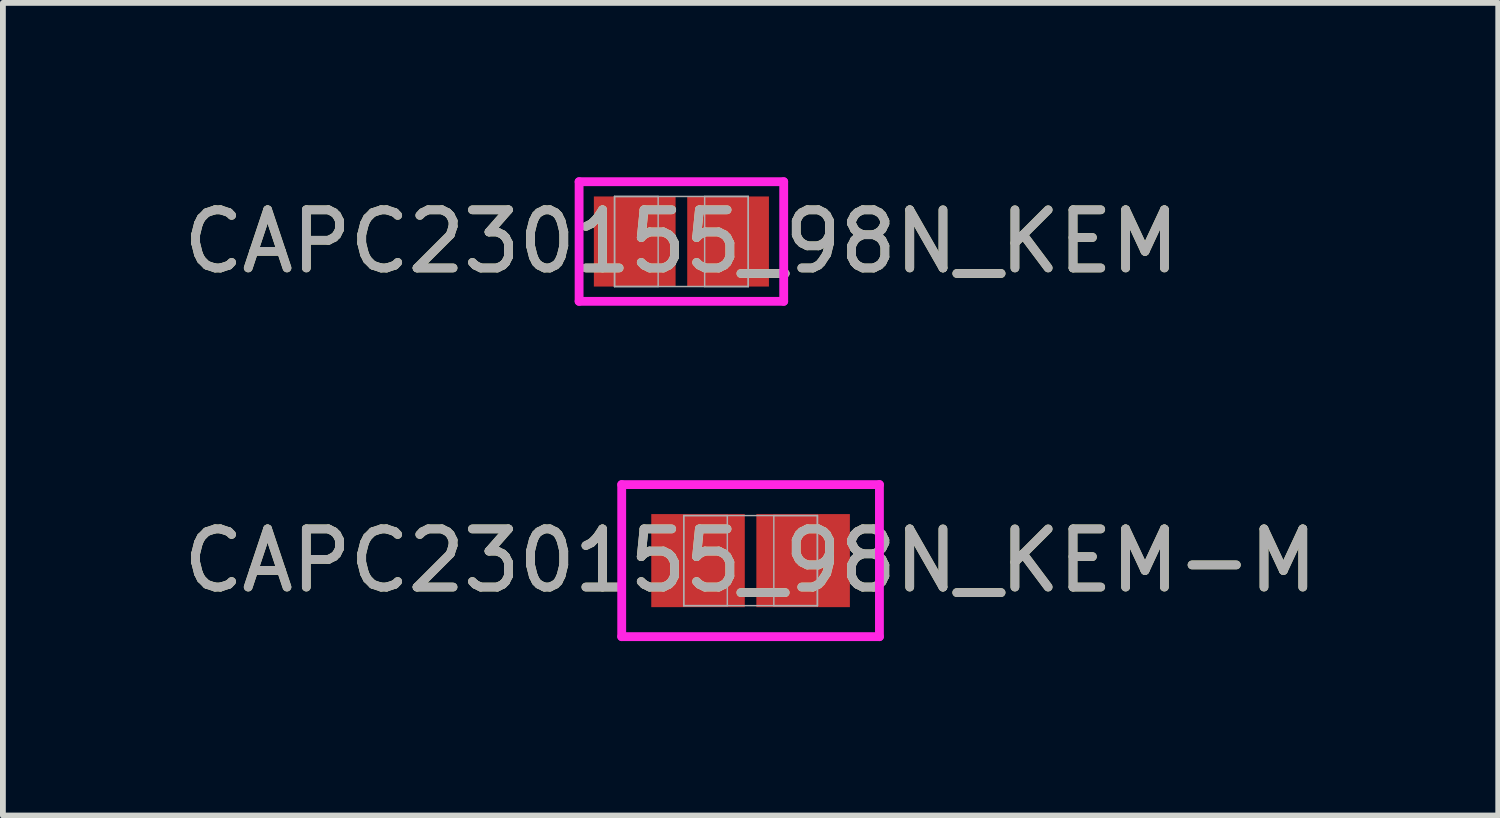
<source format=kicad_pcb>
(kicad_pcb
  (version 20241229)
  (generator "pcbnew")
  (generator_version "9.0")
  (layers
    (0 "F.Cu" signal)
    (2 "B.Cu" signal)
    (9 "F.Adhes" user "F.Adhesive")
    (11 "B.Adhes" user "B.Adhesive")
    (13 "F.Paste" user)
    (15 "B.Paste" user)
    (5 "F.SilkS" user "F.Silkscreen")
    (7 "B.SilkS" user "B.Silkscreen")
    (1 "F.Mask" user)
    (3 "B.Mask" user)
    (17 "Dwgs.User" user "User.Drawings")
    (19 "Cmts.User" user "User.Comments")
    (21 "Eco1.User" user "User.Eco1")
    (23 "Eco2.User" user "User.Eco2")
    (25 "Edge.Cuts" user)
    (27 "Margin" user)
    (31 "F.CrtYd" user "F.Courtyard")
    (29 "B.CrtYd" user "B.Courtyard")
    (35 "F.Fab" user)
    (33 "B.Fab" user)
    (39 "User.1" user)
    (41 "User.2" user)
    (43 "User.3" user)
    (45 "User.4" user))
  (footprint "CAPC230155_98N_KEM"
    (layer "F.Cu")
    (at 8.673 1.105)
    (property "Reference" "CAPC230155_98N_KEM" (at 0 0 0) (unlocked yes) (layer "F.SilkS") (effects (font (size 1 1) (thickness 0.15))))
    (attr smd)
    (fp_line (start -1.76 -1.029) (end 1.76 -1.029) (stroke (width 0.152) (type solid)) (layer "F.CrtYd"))
    (fp_line (start -1.76 1.029) (end -1.76 -1.029) (stroke (width 0.152) (type solid)) (layer "F.CrtYd"))
    (fp_line (start 1.76 -1.029) (end 1.76 1.029) (stroke (width 0.152) (type solid)) (layer "F.CrtYd"))
    (fp_line (start 1.76 1.029) (end -1.76 1.029) (stroke (width 0.152) (type solid)) (layer "F.CrtYd"))
    (fp_line (start -1.15 -0.775) (end -1.15 0.775) (stroke (width 0.025) (type solid)) (layer "F.Fab"))
    (fp_line (start -1.15 -0.775) (end -1.15 0.775) (stroke (width 0.025) (type solid)) (layer "F.Fab"))
    (fp_line (start -1.15 0.775) (end -0.4 0.775) (stroke (width 0.025) (type solid)) (layer "F.Fab"))
    (fp_line (start -1.15 0.775) (end 1.15 0.775) (stroke (width 0.025) (type solid)) (layer "F.Fab"))
    (fp_line (start -0.4 -0.775) (end -1.15 -0.775) (stroke (width 0.025) (type solid)) (layer "F.Fab"))
    (fp_line (start -0.4 0.775) (end -0.4 -0.775) (stroke (width 0.025) (type solid)) (layer "F.Fab"))
    (fp_line (start 0.4 -0.775) (end 0.4 0.775) (stroke (width 0.025) (type solid)) (layer "F.Fab"))
    (fp_line (start 0.4 0.775) (end 1.15 0.775) (stroke (width 0.025) (type solid)) (layer "F.Fab"))
    (fp_line (start 1.15 -0.775) (end -1.15 -0.775) (stroke (width 0.025) (type solid)) (layer "F.Fab"))
    (fp_line (start 1.15 -0.775) (end 0.4 -0.775) (stroke (width 0.025) (type solid)) (layer "F.Fab"))
    (fp_line (start 1.15 0.775) (end 1.15 -0.775) (stroke (width 0.025) (type solid)) (layer "F.Fab"))
    (fp_line (start 1.15 0.775) (end 1.15 -0.775) (stroke (width 0.025) (type solid)) (layer "F.Fab"))
    (fp_text user "${REFERENCE}" (at 0 0 0) (unlocked yes) (layer "F.Fab") (effects (font (size 1 1) (thickness 0.15))))
    (pad "1" smd rect (at -0.803 0) (size 1.406 1.55) (layers "F.Cu" "F.Mask" "F.Paste"))
    (pad "2" smd rect (at 0.803 0) (size 1.406 1.55) (layers "F.Cu" "F.Mask" "F.Paste"))
    (zone (net_name "") (layer "F.Cu") (hatch full 0.508) (connect_pads) (min_thickness 0.254) (filled_areas_thickness no) (keepout (tracks not_allowed) (vias not_allowed) (pads allowed) (copperpour not_allowed) (footprints allowed)) (placement (enabled no)) (fill) (polygon (pts (xy 8.623 0.381) (xy 8.722 0.381) (xy 8.722 1.829) (xy 8.623 1.829)))))
  (footprint "CAPC230155_98N_KEM-M"
    (layer "F.Cu")
    (at 9.863 6.595)
    (property "Reference" "CAPC230155_98N_KEM-M" (at 0 0 0) (unlocked yes) (layer "F.SilkS") (effects (font (size 1 1) (thickness 0.15))))
    (attr smd)
    (fp_line (start -2.217 -1.308) (end 2.217 -1.308) (stroke (width 0.152) (type solid)) (layer "F.CrtYd"))
    (fp_line (start -2.217 1.308) (end -2.217 -1.308) (stroke (width 0.152) (type solid)) (layer "F.CrtYd"))
    (fp_line (start 2.217 -1.308) (end 2.217 1.308) (stroke (width 0.152) (type solid)) (layer "F.CrtYd"))
    (fp_line (start 2.217 1.308) (end -2.217 1.308) (stroke (width 0.152) (type solid)) (layer "F.CrtYd"))
    (fp_line (start -1.15 -0.775) (end -1.15 0.775) (stroke (width 0.025) (type solid)) (layer "F.Fab"))
    (fp_line (start -1.15 -0.775) (end -1.15 0.775) (stroke (width 0.025) (type solid)) (layer "F.Fab"))
    (fp_line (start -1.15 0.775) (end -0.4 0.775) (stroke (width 0.025) (type solid)) (layer "F.Fab"))
    (fp_line (start -1.15 0.775) (end 1.15 0.775) (stroke (width 0.025) (type solid)) (layer "F.Fab"))
    (fp_line (start -0.4 -0.775) (end -1.15 -0.775) (stroke (width 0.025) (type solid)) (layer "F.Fab"))
    (fp_line (start -0.4 0.775) (end -0.4 -0.775) (stroke (width 0.025) (type solid)) (layer "F.Fab"))
    (fp_line (start 0.4 -0.775) (end 0.4 0.775) (stroke (width 0.025) (type solid)) (layer "F.Fab"))
    (fp_line (start 0.4 0.775) (end 1.15 0.775) (stroke (width 0.025) (type solid)) (layer "F.Fab"))
    (fp_line (start 1.15 -0.775) (end -1.15 -0.775) (stroke (width 0.025) (type solid)) (layer "F.Fab"))
    (fp_line (start 1.15 -0.775) (end 0.4 -0.775) (stroke (width 0.025) (type solid)) (layer "F.Fab"))
    (fp_line (start 1.15 0.775) (end 1.15 -0.775) (stroke (width 0.025) (type solid)) (layer "F.Fab"))
    (fp_line (start 1.15 0.775) (end 1.15 -0.775) (stroke (width 0.025) (type solid)) (layer "F.Fab"))
    (fp_text user "${REFERENCE}" (at 0 0 0) (unlocked yes) (layer "F.Fab") (effects (font (size 1 1) (thickness 0.15))))
    (pad "1" smd rect (at -0.904 0) (size 1.609 1.601) (layers "F.Cu" "F.Mask" "F.Paste"))
    (pad "2" smd rect (at 0.904 0) (size 1.609 1.601) (layers "F.Cu" "F.Mask" "F.Paste"))
    (zone (net_name "") (layer "F.Cu") (hatch full 0.508) (connect_pads) (min_thickness 0.254) (filled_areas_thickness no) (keepout (tracks not_allowed) (vias not_allowed) (pads allowed) (copperpour not_allowed) (footprints allowed)) (placement (enabled no)) (fill) (polygon (pts (xy 9.814 5.871) (xy 9.912 5.871) (xy 9.912 7.319) (xy 9.814 7.319)))))
  (gr_rect
    (start -3 -3)
    (end 22.726 10.98)
    (stroke (width 0.1) (type default))
    (fill no)
    (layer "Edge.Cuts")))
</source>
